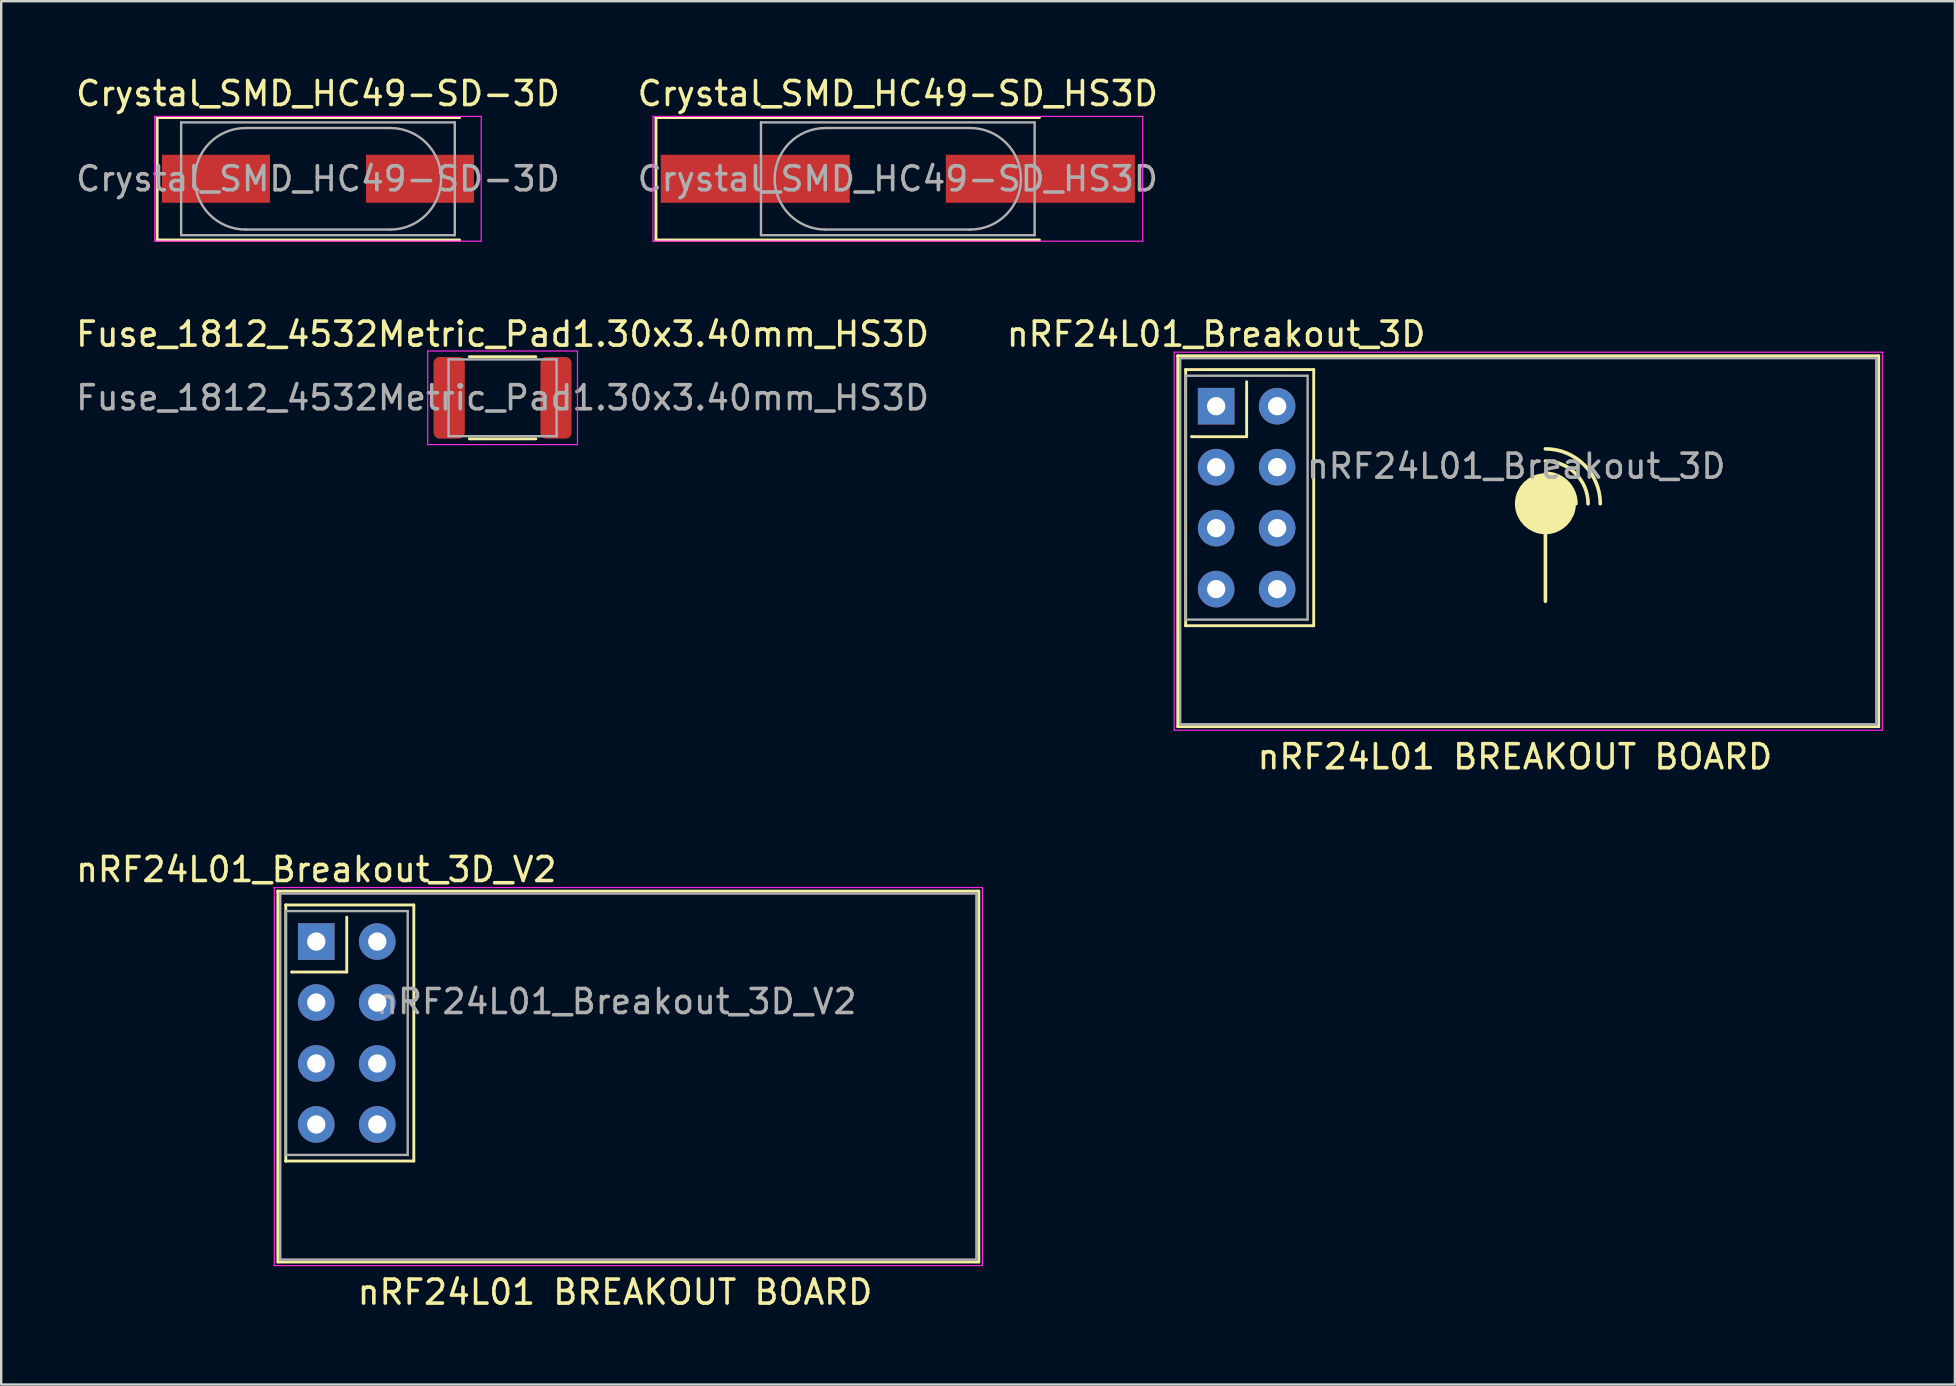
<source format=kicad_pcb>
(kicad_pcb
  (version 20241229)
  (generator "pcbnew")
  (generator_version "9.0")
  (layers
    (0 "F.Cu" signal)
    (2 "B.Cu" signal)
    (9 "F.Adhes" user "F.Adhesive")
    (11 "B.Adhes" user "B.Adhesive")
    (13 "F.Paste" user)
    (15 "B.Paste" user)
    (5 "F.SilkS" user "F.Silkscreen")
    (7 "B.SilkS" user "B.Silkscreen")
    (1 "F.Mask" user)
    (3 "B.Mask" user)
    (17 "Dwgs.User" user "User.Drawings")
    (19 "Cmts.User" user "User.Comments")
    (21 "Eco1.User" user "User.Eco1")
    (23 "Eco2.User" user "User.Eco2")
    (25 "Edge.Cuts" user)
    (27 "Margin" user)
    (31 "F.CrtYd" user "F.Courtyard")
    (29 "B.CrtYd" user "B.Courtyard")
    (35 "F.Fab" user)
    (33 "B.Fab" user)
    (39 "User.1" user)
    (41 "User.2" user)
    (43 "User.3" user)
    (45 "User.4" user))
  (footprint "Crystal_SMD_HC49-SD-3D"
    (layer "F.Cu")
    (at 10.196 4.398)
    (property "Reference" "Crystal_SMD_HC49-SD-3D" (at 0 -3.55 0) (layer "F.SilkS") (effects (font (size 1 1) (thickness 0.15))))
    (attr smd)
    (fp_line (start -6.7 -2.55) (end -6.7 2.55) (stroke (width 0.12) (type solid)) (layer "F.SilkS"))
    (fp_line (start -6.7 2.55) (end 5.9 2.55) (stroke (width 0.12) (type solid)) (layer "F.SilkS"))
    (fp_line (start 5.9 -2.55) (end -6.7 -2.55) (stroke (width 0.12) (type solid)) (layer "F.SilkS"))
    (fp_line (start -6.8 -2.6) (end -6.8 2.6) (stroke (width 0.05) (type solid)) (layer "F.CrtYd"))
    (fp_line (start -6.8 2.6) (end 6.8 2.6) (stroke (width 0.05) (type solid)) (layer "F.CrtYd"))
    (fp_line (start 6.8 -2.6) (end -6.8 -2.6) (stroke (width 0.05) (type solid)) (layer "F.CrtYd"))
    (fp_line (start 6.8 2.6) (end 6.8 -2.6) (stroke (width 0.05) (type solid)) (layer "F.CrtYd"))
    (fp_line (start -5.7 -2.35) (end -5.7 2.35) (stroke (width 0.1) (type solid)) (layer "F.Fab"))
    (fp_line (start -5.7 2.35) (end 5.7 2.35) (stroke (width 0.1) (type solid)) (layer "F.Fab"))
    (fp_line (start -3.015 -2.115) (end 3.015 -2.115) (stroke (width 0.1) (type solid)) (layer "F.Fab"))
    (fp_line (start -3.015 2.115) (end 3.015 2.115) (stroke (width 0.1) (type solid)) (layer "F.Fab"))
    (fp_line (start 5.7 -2.35) (end -5.7 -2.35) (stroke (width 0.1) (type solid)) (layer "F.Fab"))
    (fp_line (start 5.7 2.35) (end 5.7 -2.35) (stroke (width 0.1) (type solid)) (layer "F.Fab"))
    (fp_arc (start -3.015 2.115) (mid -5.13 0) (end -3.015 -2.115) (stroke (width 0.1) (type solid)) (layer "F.Fab"))
    (fp_arc (start 3.015 -2.115) (mid 5.13 0) (end 3.015 2.115) (stroke (width 0.1) (type solid)) (layer "F.Fab"))
    (fp_text user "${REFERENCE}" (at 0 0 0) (layer "F.Fab") (effects (font (size 1 1) (thickness 0.15))))
    (pad "1" smd rect (at -4.25 0) (size 4.5 2) (layers "F.Cu" "F.Mask" "F.Paste"))
    (pad "2" smd rect (at 4.25 0) (size 4.5 2) (layers "F.Cu" "F.Mask" "F.Paste")))
  (footprint "Fuse_1812_4532Metric_Pad1.30x3.40mm_HS3D"
    (layer "F.Cu")
    (at 17.887 13.521)
    (property "Reference" "Fuse_1812_4532Metric_Pad1.30x3.40mm_HS3D" (at 0 -2.65 0) (layer "F.SilkS") (effects (font (size 1 1) (thickness 0.15))))
    (attr smd)
    (fp_line (start -1.386 -1.71) (end 1.386 -1.71) (stroke (width 0.12) (type solid)) (layer "F.SilkS"))
    (fp_line (start -1.386 1.71) (end 1.386 1.71) (stroke (width 0.12) (type solid)) (layer "F.SilkS"))
    (fp_line (start -3.12 -1.95) (end 3.12 -1.95) (stroke (width 0.05) (type solid)) (layer "F.CrtYd"))
    (fp_line (start -3.12 1.95) (end -3.12 -1.95) (stroke (width 0.05) (type solid)) (layer "F.CrtYd"))
    (fp_line (start 3.12 -1.95) (end 3.12 1.95) (stroke (width 0.05) (type solid)) (layer "F.CrtYd"))
    (fp_line (start 3.12 1.95) (end -3.12 1.95) (stroke (width 0.05) (type solid)) (layer "F.CrtYd"))
    (fp_line (start -2.25 -1.6) (end 2.25 -1.6) (stroke (width 0.1) (type solid)) (layer "F.Fab"))
    (fp_line (start -2.25 1.6) (end -2.25 -1.6) (stroke (width 0.1) (type solid)) (layer "F.Fab"))
    (fp_line (start 2.25 -1.6) (end 2.25 1.6) (stroke (width 0.1) (type solid)) (layer "F.Fab"))
    (fp_line (start 2.25 1.6) (end -2.25 1.6) (stroke (width 0.1) (type solid)) (layer "F.Fab"))
    (fp_text user "${REFERENCE}" (at 0 0 0) (layer "F.Fab") (effects (font (size 1 1) (thickness 0.15))))
    (pad "1" smd roundrect (at -2.225 0) (size 1.3 3.4) (layers "F.Cu" "F.Mask" "F.Paste") (roundrect_rratio 0.192))
    (pad "2" smd roundrect (at 2.225 0) (size 1.3 3.4) (layers "F.Cu" "F.Mask" "F.Paste") (roundrect_rratio 0.192)))
  (footprint "nRF24L01_Breakout_3D_V2"
    (layer "F.Cu")
    (at 10.125 36.173)
    (property "Reference" "nRF24L01_Breakout_3D_V2" (at 0 -3 0) (layer "F.SilkS") (effects (font (size 1 1) (thickness 0.15))))
    (attr through_hole)
    (fp_line (start -1.6 -2.1) (end -1.6 -2.1) (stroke (width 0.12) (type solid)) (layer "F.SilkS"))
    (fp_line (start -1.6 -2.1) (end 27.6 -2.1) (stroke (width 0.12) (type solid)) (layer "F.SilkS"))
    (fp_line (start -1.6 13.35) (end -1.6 -2.1) (stroke (width 0.12) (type solid)) (layer "F.SilkS"))
    (fp_line (start -1.27 -1.524) (end -1.27 -1.524) (stroke (width 0.12) (type solid)) (layer "F.SilkS"))
    (fp_line (start -1.27 -1.524) (end 4.064 -1.524) (stroke (width 0.12) (type solid)) (layer "F.SilkS"))
    (fp_line (start -1.27 9.144) (end -1.27 -1.524) (stroke (width 0.12) (type solid)) (layer "F.SilkS"))
    (fp_line (start -1.27 9.144) (end -1.27 9.144) (stroke (width 0.12) (type solid)) (layer "F.SilkS"))
    (fp_line (start -1.016 1.27) (end -1.016 1.27) (stroke (width 0.12) (type solid)) (layer "F.SilkS"))
    (fp_line (start 1.27 -1.016) (end 1.27 1.27) (stroke (width 0.12) (type solid)) (layer "F.SilkS"))
    (fp_line (start 1.27 1.27) (end -1.016 1.27) (stroke (width 0.12) (type solid)) (layer "F.SilkS"))
    (fp_line (start 4.064 -1.524) (end 4.064 9.144) (stroke (width 0.12) (type solid)) (layer "F.SilkS"))
    (fp_line (start 4.064 9.144) (end -1.27 9.144) (stroke (width 0.12) (type solid)) (layer "F.SilkS"))
    (fp_line (start 27.6 -2.1) (end 27.6 13.35) (stroke (width 0.12) (type solid)) (layer "F.SilkS"))
    (fp_line (start 27.6 13.35) (end -1.6 13.35) (stroke (width 0.12) (type solid)) (layer "F.SilkS"))
    (fp_line (start -1.75 -2.25) (end -1.75 13.5) (stroke (width 0.05) (type solid)) (layer "F.CrtYd"))
    (fp_line (start -1.75 13.5) (end 27.75 13.5) (stroke (width 0.05) (type solid)) (layer "F.CrtYd"))
    (fp_line (start 27.75 -2.25) (end -1.75 -2.25) (stroke (width 0.05) (type solid)) (layer "F.CrtYd"))
    (fp_line (start 27.75 -2.25) (end 27.75 -2.25) (stroke (width 0.05) (type solid)) (layer "F.CrtYd"))
    (fp_line (start 27.75 13.5) (end 27.75 -2.25) (stroke (width 0.05) (type solid)) (layer "F.CrtYd"))
    (fp_line (start -1.5 -2) (end -1.5 -2) (stroke (width 0.1) (type solid)) (layer "F.Fab"))
    (fp_line (start -1.5 -2) (end 27.5 -2) (stroke (width 0.1) (type solid)) (layer "F.Fab"))
    (fp_line (start -1.5 13.25) (end -1.5 -2) (stroke (width 0.1) (type solid)) (layer "F.Fab"))
    (fp_line (start -1.27 -1.27) (end -1.27 -1.27) (stroke (width 0.1) (type solid)) (layer "F.Fab"))
    (fp_line (start -1.27 -1.27) (end 3.81 -1.27) (stroke (width 0.1) (type solid)) (layer "F.Fab"))
    (fp_line (start -1.27 8.89) (end -1.27 -1.27) (stroke (width 0.1) (type solid)) (layer "F.Fab"))
    (fp_line (start 3.81 -1.27) (end 3.81 8.89) (stroke (width 0.1) (type solid)) (layer "F.Fab"))
    (fp_line (start 3.81 8.89) (end -1.27 8.89) (stroke (width 0.1) (type solid)) (layer "F.Fab"))
    (fp_line (start 27.5 -2) (end 27.5 13.25) (stroke (width 0.1) (type solid)) (layer "F.Fab"))
    (fp_line (start 27.5 13.25) (end -1.5 13.25) (stroke (width 0.1) (type solid)) (layer "F.Fab"))
    (fp_text user "nRF24L01 BREAKOUT BOARD" (at 12.446 14.605 0) (layer "F.SilkS") (effects (font (size 1 1) (thickness 0.15))))
    (fp_text user "${REFERENCE}" (at 12.5 2.5 0) (layer "F.Fab") (effects (font (size 1 1) (thickness 0.15))))
    (pad "1" thru_hole rect (at 0 0) (size 1.524 1.524) (drill 0.762) (layers "*.Cu" "*.Mask"))
    (pad "2" thru_hole circle (at 2.54 0) (size 1.524 1.524) (drill 0.762) (layers "*.Cu" "*.Mask"))
    (pad "3" thru_hole circle (at 0 2.54) (size 1.524 1.524) (drill 0.762) (layers "*.Cu" "*.Mask"))
    (pad "4" thru_hole circle (at 2.54 2.54) (size 1.524 1.524) (drill 0.762) (layers "*.Cu" "*.Mask"))
    (pad "5" thru_hole circle (at 0 5.08) (size 1.524 1.524) (drill 0.762) (layers "*.Cu" "*.Mask"))
    (pad "6" thru_hole circle (at 2.54 5.08) (size 1.524 1.524) (drill 0.762) (layers "*.Cu" "*.Mask"))
    (pad "7" thru_hole circle (at 0 7.62) (size 1.524 1.524) (drill 0.762) (layers "*.Cu" "*.Mask"))
    (pad "8" thru_hole circle (at 2.54 7.62) (size 1.524 1.524) (drill 0.762) (layers "*.Cu" "*.Mask")))
  (footprint "nRF24L01_Breakout_3D"
    (layer "F.Cu")
    (at 47.613 13.871)
    (property "Reference" "nRF24L01_Breakout_3D" (at 0 -3 0) (layer "F.SilkS") (effects (font (size 1 1) (thickness 0.15))))
    (attr through_hole)
    (fp_line (start -1.6 -2.1) (end -1.6 -2.1) (stroke (width 0.12) (type solid)) (layer "F.SilkS"))
    (fp_line (start -1.6 -2.1) (end 27.6 -2.1) (stroke (width 0.12) (type solid)) (layer "F.SilkS"))
    (fp_line (start -1.6 13.35) (end -1.6 -2.1) (stroke (width 0.12) (type solid)) (layer "F.SilkS"))
    (fp_line (start -1.27 -1.524) (end -1.27 -1.524) (stroke (width 0.12) (type solid)) (layer "F.SilkS"))
    (fp_line (start -1.27 -1.524) (end 4.064 -1.524) (stroke (width 0.12) (type solid)) (layer "F.SilkS"))
    (fp_line (start -1.27 9.144) (end -1.27 -1.524) (stroke (width 0.12) (type solid)) (layer "F.SilkS"))
    (fp_line (start -1.27 9.144) (end -1.27 9.144) (stroke (width 0.12) (type solid)) (layer "F.SilkS"))
    (fp_line (start -1.016 1.27) (end -1.016 1.27) (stroke (width 0.12) (type solid)) (layer "F.SilkS"))
    (fp_line (start 1.27 -1.016) (end 1.27 1.27) (stroke (width 0.12) (type solid)) (layer "F.SilkS"))
    (fp_line (start 1.27 1.27) (end -1.016 1.27) (stroke (width 0.12) (type solid)) (layer "F.SilkS"))
    (fp_line (start 4.064 -1.524) (end 4.064 9.144) (stroke (width 0.12) (type solid)) (layer "F.SilkS"))
    (fp_line (start 4.064 9.144) (end -1.27 9.144) (stroke (width 0.12) (type solid)) (layer "F.SilkS"))
    (fp_line (start 13.716 8.128) (end 13.716 4.064) (stroke (width 0.15) (type solid)) (layer "F.SilkS"))
    (fp_line (start 27.6 -2.1) (end 27.6 13.35) (stroke (width 0.12) (type solid)) (layer "F.SilkS"))
    (fp_line (start 27.6 13.35) (end -1.6 13.35) (stroke (width 0.12) (type solid)) (layer "F.SilkS"))
    (fp_arc (start 13.716 1.778) (mid 15.332446 2.447554) (end 16.002 4.064) (stroke (width 0.15) (type solid)) (layer "F.SilkS"))
    (fp_arc (start 13.716 2.286) (mid 14.973236 2.806764) (end 15.494 4.064) (stroke (width 0.15) (type solid)) (layer "F.SilkS"))
    (fp_arc (start 13.716 2.794) (mid 14.614026 3.165974) (end 14.986 4.064) (stroke (width 0.15) (type solid)) (layer "F.SilkS"))
    (fp_circle (center 13.716 4.064) (end 13.716 4.064) (stroke (width 1.27) (type solid)) (fill no) (layer "F.SilkS"))
    (fp_line (start -1.75 -2.25) (end -1.75 13.5) (stroke (width 0.05) (type solid)) (layer "F.CrtYd"))
    (fp_line (start -1.75 13.5) (end 27.75 13.5) (stroke (width 0.05) (type solid)) (layer "F.CrtYd"))
    (fp_line (start 27.75 -2.25) (end -1.75 -2.25) (stroke (width 0.05) (type solid)) (layer "F.CrtYd"))
    (fp_line (start 27.75 -2.25) (end 27.75 -2.25) (stroke (width 0.05) (type solid)) (layer "F.CrtYd"))
    (fp_line (start 27.75 13.5) (end 27.75 -2.25) (stroke (width 0.05) (type solid)) (layer "F.CrtYd"))
    (fp_line (start -1.5 -2) (end -1.5 -2) (stroke (width 0.1) (type solid)) (layer "F.Fab"))
    (fp_line (start -1.5 -2) (end 27.5 -2) (stroke (width 0.1) (type solid)) (layer "F.Fab"))
    (fp_line (start -1.5 13.25) (end -1.5 -2) (stroke (width 0.1) (type solid)) (layer "F.Fab"))
    (fp_line (start -1.27 -1.27) (end -1.27 -1.27) (stroke (width 0.1) (type solid)) (layer "F.Fab"))
    (fp_line (start -1.27 -1.27) (end 3.81 -1.27) (stroke (width 0.1) (type solid)) (layer "F.Fab"))
    (fp_line (start -1.27 8.89) (end -1.27 -1.27) (stroke (width 0.1) (type solid)) (layer "F.Fab"))
    (fp_line (start 3.81 -1.27) (end 3.81 8.89) (stroke (width 0.1) (type solid)) (layer "F.Fab"))
    (fp_line (start 3.81 8.89) (end -1.27 8.89) (stroke (width 0.1) (type solid)) (layer "F.Fab"))
    (fp_line (start 27.5 -2) (end 27.5 13.25) (stroke (width 0.1) (type solid)) (layer "F.Fab"))
    (fp_line (start 27.5 13.25) (end -1.5 13.25) (stroke (width 0.1) (type solid)) (layer "F.Fab"))
    (fp_text user "nRF24L01 BREAKOUT BOARD" (at 12.446 14.605 0) (layer "F.SilkS") (effects (font (size 1 1) (thickness 0.15))))
    (fp_text user "${REFERENCE}" (at 12.5 2.5 0) (layer "F.Fab") (effects (font (size 1 1) (thickness 0.15))))
    (pad "1" thru_hole rect (at 0 0) (size 1.524 1.524) (drill 0.762) (layers "*.Cu" "*.Mask"))
    (pad "2" thru_hole circle (at 2.54 0) (size 1.524 1.524) (drill 0.762) (layers "*.Cu" "*.Mask"))
    (pad "3" thru_hole circle (at 0 2.54) (size 1.524 1.524) (drill 0.762) (layers "*.Cu" "*.Mask"))
    (pad "4" thru_hole circle (at 2.54 2.54) (size 1.524 1.524) (drill 0.762) (layers "*.Cu" "*.Mask"))
    (pad "5" thru_hole circle (at 0 5.08) (size 1.524 1.524) (drill 0.762) (layers "*.Cu" "*.Mask"))
    (pad "6" thru_hole circle (at 2.54 5.08) (size 1.524 1.524) (drill 0.762) (layers "*.Cu" "*.Mask"))
    (pad "7" thru_hole circle (at 0 7.62) (size 1.524 1.524) (drill 0.762) (layers "*.Cu" "*.Mask"))
    (pad "8" thru_hole circle (at 2.54 7.62) (size 1.524 1.524) (drill 0.762) (layers "*.Cu" "*.Mask")))
  (footprint "Crystal_SMD_HC49-SD_HS3D"
    (layer "F.Cu")
    (at 34.351 4.398)
    (property "Reference" "Crystal_SMD_HC49-SD_HS3D" (at 0 -3.55 0) (layer "F.SilkS") (effects (font (size 1 1) (thickness 0.15))))
    (attr smd)
    (fp_line (start -10.075 -2.55) (end -10.075 2.55) (stroke (width 0.12) (type solid)) (layer "F.SilkS"))
    (fp_line (start -10.075 2.55) (end 5.9 2.55) (stroke (width 0.12) (type solid)) (layer "F.SilkS"))
    (fp_line (start 5.9 -2.55) (end -10.075 -2.55) (stroke (width 0.12) (type solid)) (layer "F.SilkS"))
    (fp_line (start -10.2 -2.6) (end -10.2 2.6) (stroke (width 0.05) (type solid)) (layer "F.CrtYd"))
    (fp_line (start -10.2 2.6) (end 10.2 2.6) (stroke (width 0.05) (type solid)) (layer "F.CrtYd"))
    (fp_line (start 10.2 -2.6) (end -10.2 -2.6) (stroke (width 0.05) (type solid)) (layer "F.CrtYd"))
    (fp_line (start 10.2 2.6) (end 10.2 -2.6) (stroke (width 0.05) (type solid)) (layer "F.CrtYd"))
    (fp_line (start -5.7 -2.35) (end -5.7 2.35) (stroke (width 0.1) (type solid)) (layer "F.Fab"))
    (fp_line (start -5.7 2.35) (end 5.7 2.35) (stroke (width 0.1) (type solid)) (layer "F.Fab"))
    (fp_line (start -3.015 -2.115) (end 3.015 -2.115) (stroke (width 0.1) (type solid)) (layer "F.Fab"))
    (fp_line (start -3.015 2.115) (end 3.015 2.115) (stroke (width 0.1) (type solid)) (layer "F.Fab"))
    (fp_line (start 5.7 -2.35) (end -5.7 -2.35) (stroke (width 0.1) (type solid)) (layer "F.Fab"))
    (fp_line (start 5.7 2.35) (end 5.7 -2.35) (stroke (width 0.1) (type solid)) (layer "F.Fab"))
    (fp_arc (start -3.015 2.115) (mid -5.13 0) (end -3.015 -2.115) (stroke (width 0.1) (type solid)) (layer "F.Fab"))
    (fp_arc (start 3.015 -2.115) (mid 5.13 0) (end 3.015 2.115) (stroke (width 0.1) (type solid)) (layer "F.Fab"))
    (fp_text user "${REFERENCE}" (at 0 0 0) (layer "F.Fab") (effects (font (size 1 1) (thickness 0.15))))
    (pad "1" smd rect (at -5.938 0) (size 7.875 2) (layers "F.Cu" "F.Mask" "F.Paste"))
    (pad "2" smd rect (at 5.938 0) (size 7.875 2) (layers "F.Cu" "F.Mask" "F.Paste")))
  (gr_rect
    (start -3 -3)
    (end 78.388 54.626)
    (stroke (width 0.1) (type default))
    (fill no)
    (layer "Edge.Cuts")))
</source>
